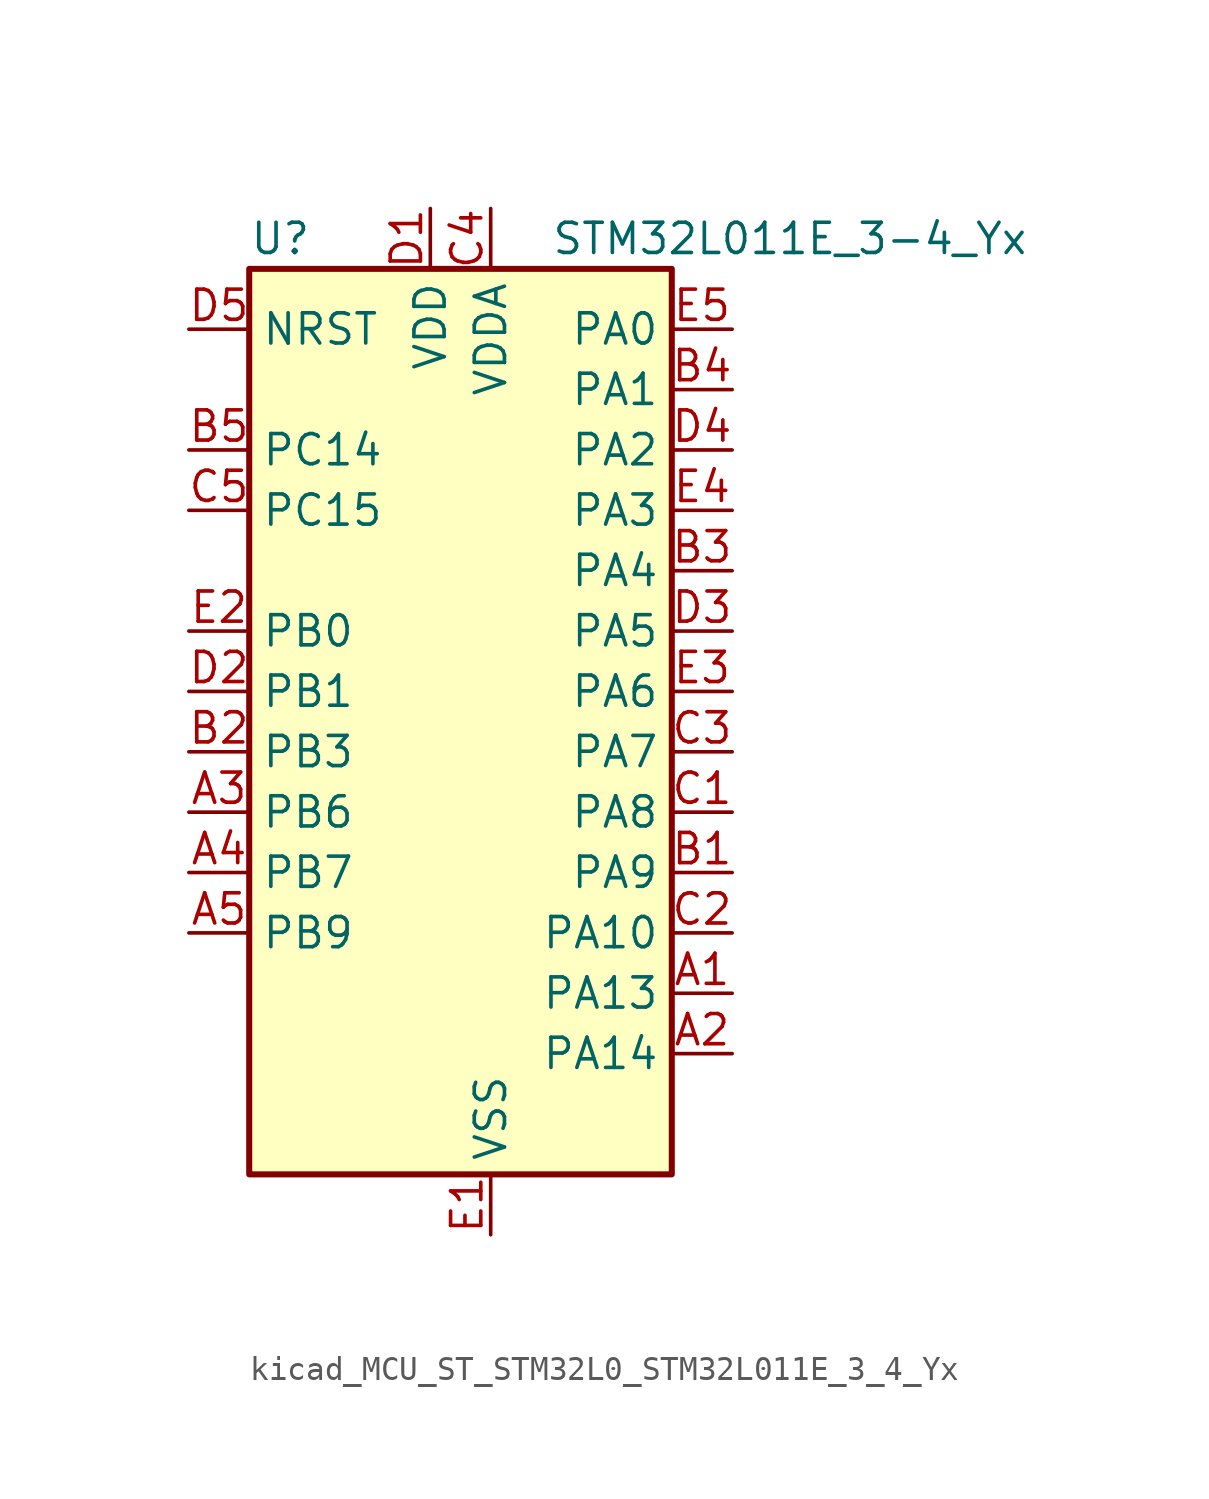
<source format=kicad_sym>
(kicad_symbol_lib
  (version 20220914)
  (generator kicad_symbol_editor)
  (symbol "kicad_MCU_ST_STM32L0_STM32L011E_3_4_Yx"
    (property "Reference" "U"
      (at -7.62 21.59 0)
      (effects (font (size 1.27 1.27)) (justify left)))
    (property "Value" "STM32L011E_3-4_Yx"
      (at 5.08 21.59 0)
      (effects (font (size 1.27 1.27)) (justify left)))
    (property "ki_locked" ""
      (at 0 0 0)
      (effects (font (size 1.27 1.27))))
    (symbol "kicad_MCU_ST_STM32L0_STM32L011E_3_4_Yx_0_1"
      (rectangle (start -7.62 -17.78) (end 10.16 20.32) (stroke (width 0.254) (type default)) (fill (type background))))
    (symbol "kicad_MCU_ST_STM32L0_STM32L011E_3_4_Yx_1_1"
      (pin bidirectional line (at 12.7 -10.16 180) (length 2.54) (name "PA13" (effects (font (size 1.27 1.27)))) (number "A1" (effects (font (size 1.27 1.27)))) (alternate "COMP1_OUT" bidirectional line) (alternate "I2C1_SDA" bidirectional line) (alternate "LPTIM1_ETR" bidirectional line) (alternate "LPUART1_RX" bidirectional line) (alternate "SPI1_SCK" bidirectional line) (alternate "SYS_SWDIO" bidirectional line))
      (pin bidirectional line (at 12.7 -12.7 180) (length 2.54) (name "PA14" (effects (font (size 1.27 1.27)))) (number "A2" (effects (font (size 1.27 1.27)))) (alternate "COMP2_OUT" bidirectional line) (alternate "I2C1_SMBA" bidirectional line) (alternate "LPTIM1_OUT" bidirectional line) (alternate "LPUART1_TX" bidirectional line) (alternate "SPI1_MISO" bidirectional line) (alternate "SYS_SWCLK" bidirectional line) (alternate "USART2_TX" bidirectional line))
      (pin bidirectional line (at -10.16 -2.54 0) (length 2.54) (name "PB6" (effects (font (size 1.27 1.27)))) (number "A3" (effects (font (size 1.27 1.27)))) (alternate "COMP2_INP" bidirectional line) (alternate "I2C1_SCL" bidirectional line) (alternate "LPTIM1_ETR" bidirectional line) (alternate "LPUART1_TX" bidirectional line) (alternate "TIM2_CH3" bidirectional line) (alternate "USART2_TX" bidirectional line))
      (pin bidirectional line (at -10.16 -5.08 0) (length 2.54) (name "PB7" (effects (font (size 1.27 1.27)))) (number "A4" (effects (font (size 1.27 1.27)))) (alternate "COMP2_INP" bidirectional line) (alternate "I2C1_SDA" bidirectional line) (alternate "LPTIM1_IN2" bidirectional line) (alternate "LPUART1_RX" bidirectional line) (alternate "SYS_PVD_IN" bidirectional line) (alternate "TIM2_CH4" bidirectional line) (alternate "USART2_RX" bidirectional line))
      (pin bidirectional line (at -10.16 -7.62 0) (length 2.54) (name "PB9" (effects (font (size 1.27 1.27)))) (number "A5" (effects (font (size 1.27 1.27)))))
      (pin bidirectional line (at 12.7 -5.08 180) (length 2.54) (name "PA9" (effects (font (size 1.27 1.27)))) (number "B1" (effects (font (size 1.27 1.27)))) (alternate "COMP1_OUT" bidirectional line) (alternate "I2C1_SCL" bidirectional line) (alternate "LPTIM1_OUT" bidirectional line) (alternate "RCC_MCO" bidirectional line) (alternate "TIM21_CH2" bidirectional line) (alternate "USART2_TX" bidirectional line))
      (pin bidirectional line (at -10.16 0 0) (length 2.54) (name "PB3" (effects (font (size 1.27 1.27)))) (number "B2" (effects (font (size 1.27 1.27)))) (alternate "COMP2_INM" bidirectional line) (alternate "SPI1_SCK" bidirectional line) (alternate "TIM2_CH2" bidirectional line))
      (pin bidirectional line (at 12.7 7.62 180) (length 2.54) (name "PA4" (effects (font (size 1.27 1.27)))) (number "B3" (effects (font (size 1.27 1.27)))) (alternate "ADC_IN4" bidirectional line) (alternate "COMP1_INM" bidirectional line) (alternate "COMP2_INM" bidirectional line) (alternate "COMP2_OUT" bidirectional line) (alternate "I2C1_SCL" bidirectional line) (alternate "LPTIM1_ETR" bidirectional line) (alternate "LPTIM1_IN1" bidirectional line) (alternate "LPUART1_TX" bidirectional line) (alternate "SPI1_NSS" bidirectional line) (alternate "TIM2_ETR" bidirectional line) (alternate "USART2_CK" bidirectional line))
      (pin bidirectional line (at 12.7 15.24 180) (length 2.54) (name "PA1" (effects (font (size 1.27 1.27)))) (number "B4" (effects (font (size 1.27 1.27)))) (alternate "ADC_IN1" bidirectional line) (alternate "COMP1_INP" bidirectional line) (alternate "I2C1_SMBA" bidirectional line) (alternate "LPTIM1_IN2" bidirectional line) (alternate "LPUART1_TX" bidirectional line) (alternate "TIM21_ETR" bidirectional line) (alternate "TIM2_CH2" bidirectional line) (alternate "USART2_DE" bidirectional line) (alternate "USART2_RTS" bidirectional line))
      (pin bidirectional line (at -10.16 12.7 0) (length 2.54) (name "PC14" (effects (font (size 1.27 1.27)))) (number "B5" (effects (font (size 1.27 1.27)))) (alternate "RCC_OSC32_IN" bidirectional line))
      (pin bidirectional line (at 12.7 -2.54 180) (length 2.54) (name "PA8" (effects (font (size 1.27 1.27)))) (number "C1" (effects (font (size 1.27 1.27)))) (alternate "LPTIM1_IN1" bidirectional line) (alternate "RCC_MCO" bidirectional line) (alternate "TIM2_CH1" bidirectional line) (alternate "USART2_CK" bidirectional line))
      (pin bidirectional line (at 12.7 -7.62 180) (length 2.54) (name "PA10" (effects (font (size 1.27 1.27)))) (number "C2" (effects (font (size 1.27 1.27)))) (alternate "COMP1_OUT" bidirectional line) (alternate "I2C1_SDA" bidirectional line) (alternate "RTC_REFIN" bidirectional line) (alternate "TIM21_CH1" bidirectional line) (alternate "TIM2_CH3" bidirectional line) (alternate "USART2_RX" bidirectional line))
      (pin bidirectional line (at 12.7 0 180) (length 2.54) (name "PA7" (effects (font (size 1.27 1.27)))) (number "C3" (effects (font (size 1.27 1.27)))) (alternate "ADC_IN7" bidirectional line) (alternate "COMP2_INP" bidirectional line) (alternate "COMP2_OUT" bidirectional line) (alternate "LPTIM1_OUT" bidirectional line) (alternate "SPI1_MOSI" bidirectional line) (alternate "TIM21_ETR" bidirectional line) (alternate "USART2_CTS" bidirectional line))
      (pin power_in line (at 2.54 22.86 270) (length 2.54) (name "VDDA" (effects (font (size 1.27 1.27)))) (number "C4" (effects (font (size 1.27 1.27)))))
      (pin bidirectional line (at -10.16 10.16 0) (length 2.54) (name "PC15" (effects (font (size 1.27 1.27)))) (number "C5" (effects (font (size 1.27 1.27)))) (alternate "RCC_OSC32_OUT" bidirectional line))
      (pin power_in line (at 0 22.86 270) (length 2.54) (name "VDD" (effects (font (size 1.27 1.27)))) (number "D1" (effects (font (size 1.27 1.27)))))
      (pin bidirectional line (at -10.16 2.54 0) (length 2.54) (name "PB1" (effects (font (size 1.27 1.27)))) (number "D2" (effects (font (size 1.27 1.27)))) (alternate "ADC_IN9" bidirectional line) (alternate "LPTIM1_IN1" bidirectional line) (alternate "LPUART1_DE" bidirectional line) (alternate "LPUART1_RTS" bidirectional line) (alternate "SPI1_MOSI" bidirectional line) (alternate "SYS_VREF_OUT_PB1" bidirectional line) (alternate "TIM2_CH4" bidirectional line) (alternate "USART2_CK" bidirectional line))
      (pin bidirectional line (at 12.7 5.08 180) (length 2.54) (name "PA5" (effects (font (size 1.27 1.27)))) (number "D3" (effects (font (size 1.27 1.27)))) (alternate "ADC_IN5" bidirectional line) (alternate "COMP1_INM" bidirectional line) (alternate "COMP2_INM" bidirectional line) (alternate "LPTIM1_IN2" bidirectional line) (alternate "SPI1_SCK" bidirectional line) (alternate "TIM2_CH1" bidirectional line) (alternate "TIM2_ETR" bidirectional line))
      (pin bidirectional line (at 12.7 12.7 180) (length 2.54) (name "PA2" (effects (font (size 1.27 1.27)))) (number "D4" (effects (font (size 1.27 1.27)))) (alternate "ADC_IN2" bidirectional line) (alternate "COMP2_INM" bidirectional line) (alternate "COMP2_OUT" bidirectional line) (alternate "LPUART1_TX" bidirectional line) (alternate "RTC_OUT_ALARM" bidirectional line) (alternate "RTC_OUT_CALIB" bidirectional line) (alternate "RTC_TAMP3" bidirectional line) (alternate "RTC_TS" bidirectional line) (alternate "SYS_WKUP3" bidirectional line) (alternate "TIM21_CH1" bidirectional line) (alternate "TIM2_CH3" bidirectional line) (alternate "USART2_TX" bidirectional line))
      (pin input line (at -10.16 17.78 0) (length 2.54) (name "NRST" (effects (font (size 1.27 1.27)))) (number "D5" (effects (font (size 1.27 1.27)))))
      (pin power_in line (at 2.54 -20.32 90) (length 2.54) (name "VSS" (effects (font (size 1.27 1.27)))) (number "E1" (effects (font (size 1.27 1.27)))))
      (pin bidirectional line (at -10.16 5.08 0) (length 2.54) (name "PB0" (effects (font (size 1.27 1.27)))) (number "E2" (effects (font (size 1.27 1.27)))) (alternate "ADC_IN8" bidirectional line) (alternate "SPI1_MISO" bidirectional line) (alternate "SYS_VREF_OUT_PB0" bidirectional line) (alternate "TIM2_CH2" bidirectional line) (alternate "TIM2_CH3" bidirectional line) (alternate "USART2_DE" bidirectional line) (alternate "USART2_RTS" bidirectional line))
      (pin bidirectional line (at 12.7 2.54 180) (length 2.54) (name "PA6" (effects (font (size 1.27 1.27)))) (number "E3" (effects (font (size 1.27 1.27)))) (alternate "ADC_IN6" bidirectional line) (alternate "COMP1_OUT" bidirectional line) (alternate "LPTIM1_ETR" bidirectional line) (alternate "LPUART1_CTS" bidirectional line) (alternate "SPI1_MISO" bidirectional line))
      (pin bidirectional line (at 12.7 10.16 180) (length 2.54) (name "PA3" (effects (font (size 1.27 1.27)))) (number "E4" (effects (font (size 1.27 1.27)))) (alternate "ADC_IN3" bidirectional line) (alternate "COMP2_INP" bidirectional line) (alternate "LPUART1_RX" bidirectional line) (alternate "TIM21_CH2" bidirectional line) (alternate "TIM2_CH4" bidirectional line) (alternate "USART2_RX" bidirectional line))
      (pin bidirectional line (at 12.7 17.78 180) (length 2.54) (name "PA0" (effects (font (size 1.27 1.27)))) (number "E5" (effects (font (size 1.27 1.27)))) (alternate "ADC_IN0" bidirectional line) (alternate "COMP1_INM" bidirectional line) (alternate "COMP1_OUT" bidirectional line) (alternate "LPTIM1_IN1" bidirectional line) (alternate "LPUART1_RX" bidirectional line) (alternate "RCC_CK_IN" bidirectional line) (alternate "RTC_TAMP2" bidirectional line) (alternate "SYS_WKUP1" bidirectional line) (alternate "TIM2_CH1" bidirectional line) (alternate "TIM2_ETR" bidirectional line) (alternate "USART2_CTS" bidirectional line) (alternate "USART2_RX" bidirectional line)))))
</source>
